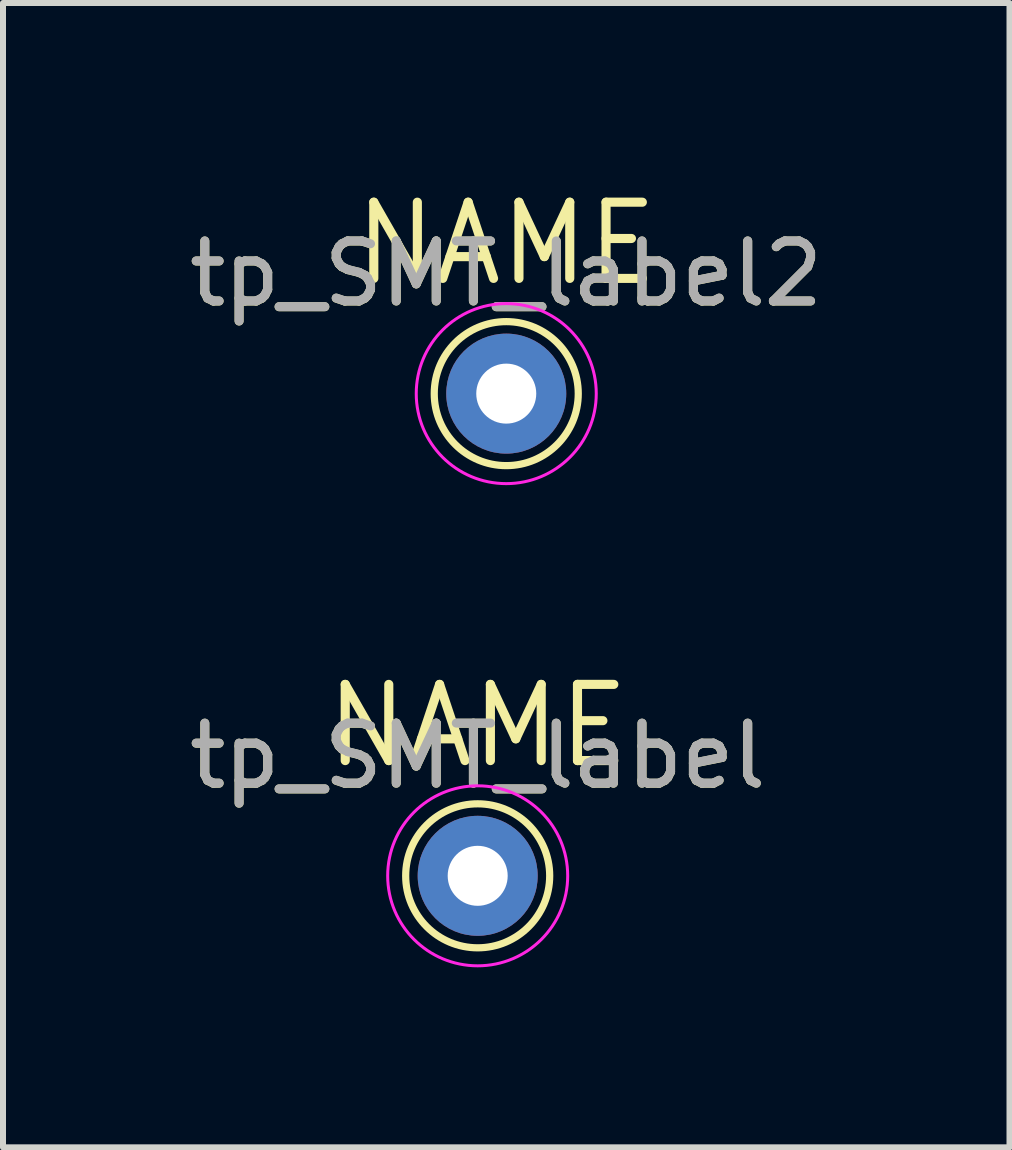
<source format=kicad_pcb>
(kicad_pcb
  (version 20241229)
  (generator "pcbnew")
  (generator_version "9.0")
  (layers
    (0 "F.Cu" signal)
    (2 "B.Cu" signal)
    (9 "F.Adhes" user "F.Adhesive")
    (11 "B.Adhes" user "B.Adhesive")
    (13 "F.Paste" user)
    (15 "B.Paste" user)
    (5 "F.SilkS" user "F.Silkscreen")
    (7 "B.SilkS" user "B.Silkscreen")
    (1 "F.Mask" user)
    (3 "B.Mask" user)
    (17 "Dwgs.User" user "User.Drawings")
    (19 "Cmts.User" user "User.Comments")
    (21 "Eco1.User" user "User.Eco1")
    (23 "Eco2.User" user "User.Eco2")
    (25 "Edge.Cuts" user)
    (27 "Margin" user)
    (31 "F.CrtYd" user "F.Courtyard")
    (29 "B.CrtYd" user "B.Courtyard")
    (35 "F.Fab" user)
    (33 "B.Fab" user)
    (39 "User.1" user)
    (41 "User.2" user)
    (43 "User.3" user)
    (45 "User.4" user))
  (footprint "tp_SMT_label"
    (layer "F.Cu")
    (at 4.911 11.546)
    (property "Reference" "tp_SMT_label" (at 0 -1.998 0) (layer "F.SilkS") (effects (font (size 1 1) (thickness 0.15))))
    (property "Label" "NAME" (at 0 -2.5 0) (layer "F.SilkS") (effects (font (size 1.27 1.27) (thickness 0.152))))
    (attr exclude_from_pos_files)
    (fp_circle (center 0 0) (end 0 1.2) (stroke (width 0.12) (type solid)) (fill no) (layer "F.SilkS"))
    (fp_circle (center 0 0) (end 1.5 0) (stroke (width 0.05) (type solid)) (fill no) (layer "F.CrtYd"))
    (fp_text user "${REFERENCE}" (at 0 -2 0) (layer "F.Fab") (effects (font (size 1 1) (thickness 0.15))))
    (pad "1" thru_hole circle (at 0 0) (size 2 2) (drill 1) (layers "*.Cu" "*.Mask")))
  (footprint "tp_SMT_label2"
    (layer "F.Cu")
    (at 5.387 3.51)
    (property "Reference" "tp_SMT_label2" (at 0 -1.998 0) (layer "F.SilkS") (effects (font (size 1 1) (thickness 0.15))))
    (property "Label" "NAME" (at 0 -2.5 0) (layer "F.SilkS") (effects (font (size 1.27 1.27) (thickness 0.152))))
    (attr exclude_from_pos_files)
    (fp_circle (center 0 0) (end 0 1.2) (stroke (width 0.12) (type solid)) (fill no) (layer "F.SilkS"))
    (fp_circle (center 0 0) (end 1.5 0) (stroke (width 0.05) (type solid)) (fill no) (layer "F.CrtYd"))
    (fp_text user "${REFERENCE}" (at 0 -2 0) (layer "F.Fab") (effects (font (size 1 1) (thickness 0.15))))
    (pad "1" thru_hole circle (at 0 0) (size 2 2) (drill 1) (layers "*.Cu" "*.Mask")))
  (gr_rect
    (start -3 -3)
    (end 13.774 16.071)
    (stroke (width 0.1) (type default))
    (fill no)
    (layer "Edge.Cuts")))
</source>
